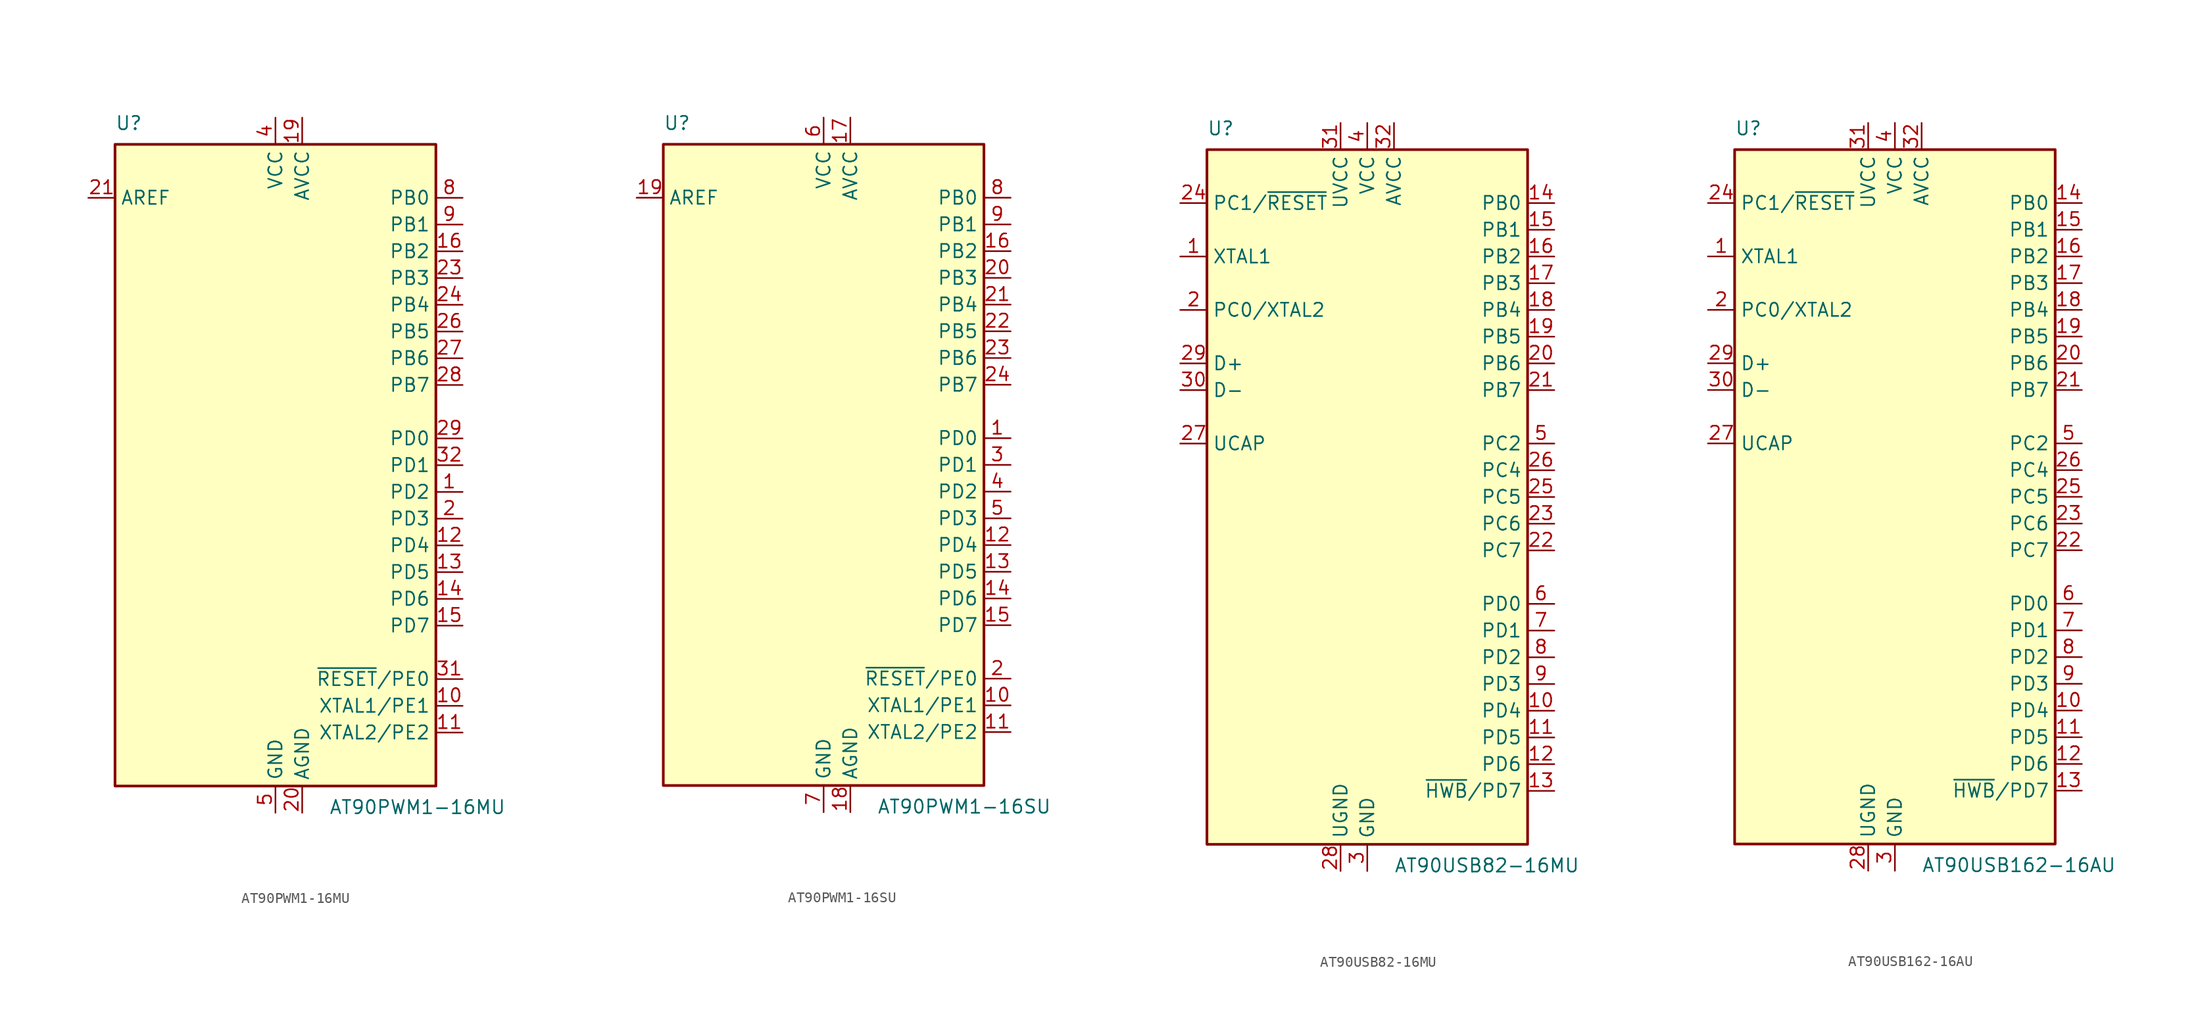
<source format=kicad_sym>
(kicad_symbol_lib
  (version 20211014)
  (generator kicad_symbol_editor)
  (symbol "AT90PWM1-16MU"
    (property "Reference" "U"
      (at -15.24 31.75 0)
      (effects (font (size 1.27 1.27)) (justify left bottom)))
    (property "Value" "AT90PWM1-16MU"
      (at 5.08 -31.75 0)
      (effects (font (size 1.27 1.27)) (justify left top)))
    (symbol "AT90PWM1-16MU_0_1"
      (rectangle (start -15.24 -30.48) (end 15.24 30.48) (stroke (width 0.254) (type default) (color 0 0 0 0)) (fill (type background))))
    (symbol "AT90PWM1-16MU_1_1"
      (pin bidirectional line (at 17.78 -2.54 180) (length 2.54) (name "PD2" (effects (font (size 1.27 1.27)))) (number "1" (effects (font (size 1.27 1.27)))))
      (pin bidirectional line (at 17.78 -22.86 180) (length 2.54) (name "XTAL1/PE1" (effects (font (size 1.27 1.27)))) (number "10" (effects (font (size 1.27 1.27)))))
      (pin bidirectional line (at 17.78 -25.4 180) (length 2.54) (name "XTAL2/PE2" (effects (font (size 1.27 1.27)))) (number "11" (effects (font (size 1.27 1.27)))))
      (pin bidirectional line (at 17.78 -7.62 180) (length 2.54) (name "PD4" (effects (font (size 1.27 1.27)))) (number "12" (effects (font (size 1.27 1.27)))))
      (pin bidirectional line (at 17.78 -10.16 180) (length 2.54) (name "PD5" (effects (font (size 1.27 1.27)))) (number "13" (effects (font (size 1.27 1.27)))))
      (pin bidirectional line (at 17.78 -12.7 180) (length 2.54) (name "PD6" (effects (font (size 1.27 1.27)))) (number "14" (effects (font (size 1.27 1.27)))))
      (pin bidirectional line (at 17.78 -15.24 180) (length 2.54) (name "PD7" (effects (font (size 1.27 1.27)))) (number "15" (effects (font (size 1.27 1.27)))))
      (pin bidirectional line (at 17.78 20.32 180) (length 2.54) (name "PB2" (effects (font (size 1.27 1.27)))) (number "16" (effects (font (size 1.27 1.27)))))
      (pin no_connect line (at -15.24 -17.78 0) (length 2.54) hide (name "NC" (effects (font (size 1.27 1.27)))) (number "17" (effects (font (size 1.27 1.27)))))
      (pin no_connect line (at -15.24 -20.32 0) (length 2.54) hide (name "NC" (effects (font (size 1.27 1.27)))) (number "18" (effects (font (size 1.27 1.27)))))
      (pin power_in line (at 2.54 33.02 270) (length 2.54) (name "AVCC" (effects (font (size 1.27 1.27)))) (number "19" (effects (font (size 1.27 1.27)))))
      (pin bidirectional line (at 17.78 -5.08 180) (length 2.54) (name "PD3" (effects (font (size 1.27 1.27)))) (number "2" (effects (font (size 1.27 1.27)))))
      (pin power_in line (at 2.54 -33.02 90) (length 2.54) (name "AGND" (effects (font (size 1.27 1.27)))) (number "20" (effects (font (size 1.27 1.27)))))
      (pin passive line (at -17.78 25.4 0) (length 2.54) (name "AREF" (effects (font (size 1.27 1.27)))) (number "21" (effects (font (size 1.27 1.27)))))
      (pin no_connect line (at -15.24 -22.86 0) (length 2.54) hide (name "NC" (effects (font (size 1.27 1.27)))) (number "22" (effects (font (size 1.27 1.27)))))
      (pin bidirectional line (at 17.78 17.78 180) (length 2.54) (name "PB3" (effects (font (size 1.27 1.27)))) (number "23" (effects (font (size 1.27 1.27)))))
      (pin bidirectional line (at 17.78 15.24 180) (length 2.54) (name "PB4" (effects (font (size 1.27 1.27)))) (number "24" (effects (font (size 1.27 1.27)))))
      (pin no_connect line (at -15.24 -25.4 0) (length 2.54) hide (name "NC" (effects (font (size 1.27 1.27)))) (number "25" (effects (font (size 1.27 1.27)))))
      (pin bidirectional line (at 17.78 12.7 180) (length 2.54) (name "PB5" (effects (font (size 1.27 1.27)))) (number "26" (effects (font (size 1.27 1.27)))))
      (pin bidirectional line (at 17.78 10.16 180) (length 2.54) (name "PB6" (effects (font (size 1.27 1.27)))) (number "27" (effects (font (size 1.27 1.27)))))
      (pin bidirectional line (at 17.78 7.62 180) (length 2.54) (name "PB7" (effects (font (size 1.27 1.27)))) (number "28" (effects (font (size 1.27 1.27)))))
      (pin bidirectional line (at 17.78 2.54 180) (length 2.54) (name "PD0" (effects (font (size 1.27 1.27)))) (number "29" (effects (font (size 1.27 1.27)))))
      (pin no_connect line (at -15.24 -10.16 0) (length 2.54) hide (name "NC" (effects (font (size 1.27 1.27)))) (number "3" (effects (font (size 1.27 1.27)))))
      (pin no_connect line (at -15.24 -27.94 0) (length 2.54) hide (name "NC" (effects (font (size 1.27 1.27)))) (number "30" (effects (font (size 1.27 1.27)))))
      (pin bidirectional line (at 17.78 -20.32 180) (length 2.54) (name "~{RESET}/PE0" (effects (font (size 1.27 1.27)))) (number "31" (effects (font (size 1.27 1.27)))))
      (pin bidirectional line (at 17.78 0 180) (length 2.54) (name "PD1" (effects (font (size 1.27 1.27)))) (number "32" (effects (font (size 1.27 1.27)))))
      (pin passive line (at 0 -33.02 90) (length 2.54) hide (name "GND" (effects (font (size 1.27 1.27)))) (number "33" (effects (font (size 1.27 1.27)))))
      (pin power_in line (at 0 33.02 270) (length 2.54) (name "VCC" (effects (font (size 1.27 1.27)))) (number "4" (effects (font (size 1.27 1.27)))))
      (pin power_in line (at 0 -33.02 90) (length 2.54) (name "GND" (effects (font (size 1.27 1.27)))) (number "5" (effects (font (size 1.27 1.27)))))
      (pin no_connect line (at -15.24 -12.7 0) (length 2.54) hide (name "NC" (effects (font (size 1.27 1.27)))) (number "6" (effects (font (size 1.27 1.27)))))
      (pin no_connect line (at -15.24 -15.24 0) (length 2.54) hide (name "NC" (effects (font (size 1.27 1.27)))) (number "7" (effects (font (size 1.27 1.27)))))
      (pin bidirectional line (at 17.78 25.4 180) (length 2.54) (name "PB0" (effects (font (size 1.27 1.27)))) (number "8" (effects (font (size 1.27 1.27)))))
      (pin bidirectional line (at 17.78 22.86 180) (length 2.54) (name "PB1" (effects (font (size 1.27 1.27)))) (number "9" (effects (font (size 1.27 1.27)))))))
  (symbol "AT90PWM1-16SU"
    (property "Reference" "U"
      (at -15.24 31.75 0)
      (effects (font (size 1.27 1.27)) (justify left bottom)))
    (property "Value" "AT90PWM1-16SU"
      (at 5.08 -31.75 0)
      (effects (font (size 1.27 1.27)) (justify left top)))
    (symbol "AT90PWM1-16SU_0_1"
      (rectangle (start -15.24 -30.48) (end 15.24 30.48) (stroke (width 0.254) (type default) (color 0 0 0 0)) (fill (type background))))
    (symbol "AT90PWM1-16SU_1_1"
      (pin bidirectional line (at 17.78 2.54 180) (length 2.54) (name "PD0" (effects (font (size 1.27 1.27)))) (number "1" (effects (font (size 1.27 1.27)))))
      (pin bidirectional line (at 17.78 -22.86 180) (length 2.54) (name "XTAL1/PE1" (effects (font (size 1.27 1.27)))) (number "10" (effects (font (size 1.27 1.27)))))
      (pin bidirectional line (at 17.78 -25.4 180) (length 2.54) (name "XTAL2/PE2" (effects (font (size 1.27 1.27)))) (number "11" (effects (font (size 1.27 1.27)))))
      (pin bidirectional line (at 17.78 -7.62 180) (length 2.54) (name "PD4" (effects (font (size 1.27 1.27)))) (number "12" (effects (font (size 1.27 1.27)))))
      (pin bidirectional line (at 17.78 -10.16 180) (length 2.54) (name "PD5" (effects (font (size 1.27 1.27)))) (number "13" (effects (font (size 1.27 1.27)))))
      (pin bidirectional line (at 17.78 -12.7 180) (length 2.54) (name "PD6" (effects (font (size 1.27 1.27)))) (number "14" (effects (font (size 1.27 1.27)))))
      (pin bidirectional line (at 17.78 -15.24 180) (length 2.54) (name "PD7" (effects (font (size 1.27 1.27)))) (number "15" (effects (font (size 1.27 1.27)))))
      (pin bidirectional line (at 17.78 20.32 180) (length 2.54) (name "PB2" (effects (font (size 1.27 1.27)))) (number "16" (effects (font (size 1.27 1.27)))))
      (pin power_in line (at 2.54 33.02 270) (length 2.54) (name "AVCC" (effects (font (size 1.27 1.27)))) (number "17" (effects (font (size 1.27 1.27)))))
      (pin power_in line (at 2.54 -33.02 90) (length 2.54) (name "AGND" (effects (font (size 1.27 1.27)))) (number "18" (effects (font (size 1.27 1.27)))))
      (pin passive line (at -17.78 25.4 0) (length 2.54) (name "AREF" (effects (font (size 1.27 1.27)))) (number "19" (effects (font (size 1.27 1.27)))))
      (pin bidirectional line (at 17.78 -20.32 180) (length 2.54) (name "~{RESET}/PE0" (effects (font (size 1.27 1.27)))) (number "2" (effects (font (size 1.27 1.27)))))
      (pin bidirectional line (at 17.78 17.78 180) (length 2.54) (name "PB3" (effects (font (size 1.27 1.27)))) (number "20" (effects (font (size 1.27 1.27)))))
      (pin bidirectional line (at 17.78 15.24 180) (length 2.54) (name "PB4" (effects (font (size 1.27 1.27)))) (number "21" (effects (font (size 1.27 1.27)))))
      (pin bidirectional line (at 17.78 12.7 180) (length 2.54) (name "PB5" (effects (font (size 1.27 1.27)))) (number "22" (effects (font (size 1.27 1.27)))))
      (pin bidirectional line (at 17.78 10.16 180) (length 2.54) (name "PB6" (effects (font (size 1.27 1.27)))) (number "23" (effects (font (size 1.27 1.27)))))
      (pin bidirectional line (at 17.78 7.62 180) (length 2.54) (name "PB7" (effects (font (size 1.27 1.27)))) (number "24" (effects (font (size 1.27 1.27)))))
      (pin bidirectional line (at 17.78 0 180) (length 2.54) (name "PD1" (effects (font (size 1.27 1.27)))) (number "3" (effects (font (size 1.27 1.27)))))
      (pin bidirectional line (at 17.78 -2.54 180) (length 2.54) (name "PD2" (effects (font (size 1.27 1.27)))) (number "4" (effects (font (size 1.27 1.27)))))
      (pin bidirectional line (at 17.78 -5.08 180) (length 2.54) (name "PD3" (effects (font (size 1.27 1.27)))) (number "5" (effects (font (size 1.27 1.27)))))
      (pin power_in line (at 0 33.02 270) (length 2.54) (name "VCC" (effects (font (size 1.27 1.27)))) (number "6" (effects (font (size 1.27 1.27)))))
      (pin power_in line (at 0 -33.02 90) (length 2.54) (name "GND" (effects (font (size 1.27 1.27)))) (number "7" (effects (font (size 1.27 1.27)))))
      (pin bidirectional line (at 17.78 25.4 180) (length 2.54) (name "PB0" (effects (font (size 1.27 1.27)))) (number "8" (effects (font (size 1.27 1.27)))))
      (pin bidirectional line (at 17.78 22.86 180) (length 2.54) (name "PB1" (effects (font (size 1.27 1.27)))) (number "9" (effects (font (size 1.27 1.27)))))))
  (symbol "AT90USB82-16MU"
    (property "Reference" "U"
      (at -15.24 34.29 0)
      (effects (font (size 1.27 1.27)) (justify left bottom)))
    (property "Value" "AT90USB82-16MU"
      (at 2.54 -34.29 0)
      (effects (font (size 1.27 1.27)) (justify left top)))
    (symbol "AT90USB82-16MU_0_1"
      (rectangle (start -15.24 -33.02) (end 15.24 33.02) (stroke (width 0.254) (type default) (color 0 0 0 0)) (fill (type background))))
    (symbol "AT90USB82-16MU_1_1"
      (pin input line (at -17.78 22.86 0) (length 2.54) (name "XTAL1" (effects (font (size 1.27 1.27)))) (number "1" (effects (font (size 1.27 1.27)))))
      (pin bidirectional line (at 17.78 -20.32 180) (length 2.54) (name "PD4" (effects (font (size 1.27 1.27)))) (number "10" (effects (font (size 1.27 1.27)))))
      (pin bidirectional line (at 17.78 -22.86 180) (length 2.54) (name "PD5" (effects (font (size 1.27 1.27)))) (number "11" (effects (font (size 1.27 1.27)))))
      (pin bidirectional line (at 17.78 -25.4 180) (length 2.54) (name "PD6" (effects (font (size 1.27 1.27)))) (number "12" (effects (font (size 1.27 1.27)))))
      (pin bidirectional line (at 17.78 -27.94 180) (length 2.54) (name "~{HWB}/PD7" (effects (font (size 1.27 1.27)))) (number "13" (effects (font (size 1.27 1.27)))))
      (pin bidirectional line (at 17.78 27.94 180) (length 2.54) (name "PB0" (effects (font (size 1.27 1.27)))) (number "14" (effects (font (size 1.27 1.27)))))
      (pin bidirectional line (at 17.78 25.4 180) (length 2.54) (name "PB1" (effects (font (size 1.27 1.27)))) (number "15" (effects (font (size 1.27 1.27)))))
      (pin bidirectional line (at 17.78 22.86 180) (length 2.54) (name "PB2" (effects (font (size 1.27 1.27)))) (number "16" (effects (font (size 1.27 1.27)))))
      (pin bidirectional line (at 17.78 20.32 180) (length 2.54) (name "PB3" (effects (font (size 1.27 1.27)))) (number "17" (effects (font (size 1.27 1.27)))))
      (pin bidirectional line (at 17.78 17.78 180) (length 2.54) (name "PB4" (effects (font (size 1.27 1.27)))) (number "18" (effects (font (size 1.27 1.27)))))
      (pin bidirectional line (at 17.78 15.24 180) (length 2.54) (name "PB5" (effects (font (size 1.27 1.27)))) (number "19" (effects (font (size 1.27 1.27)))))
      (pin bidirectional line (at -17.78 17.78 0) (length 2.54) (name "PC0/XTAL2" (effects (font (size 1.27 1.27)))) (number "2" (effects (font (size 1.27 1.27)))))
      (pin bidirectional line (at 17.78 12.7 180) (length 2.54) (name "PB6" (effects (font (size 1.27 1.27)))) (number "20" (effects (font (size 1.27 1.27)))))
      (pin bidirectional line (at 17.78 10.16 180) (length 2.54) (name "PB7" (effects (font (size 1.27 1.27)))) (number "21" (effects (font (size 1.27 1.27)))))
      (pin bidirectional line (at 17.78 -5.08 180) (length 2.54) (name "PC7" (effects (font (size 1.27 1.27)))) (number "22" (effects (font (size 1.27 1.27)))))
      (pin bidirectional line (at 17.78 -2.54 180) (length 2.54) (name "PC6" (effects (font (size 1.27 1.27)))) (number "23" (effects (font (size 1.27 1.27)))))
      (pin bidirectional line (at -17.78 27.94 0) (length 2.54) (name "PC1/~{RESET}" (effects (font (size 1.27 1.27)))) (number "24" (effects (font (size 1.27 1.27)))))
      (pin bidirectional line (at 17.78 0 180) (length 2.54) (name "PC5" (effects (font (size 1.27 1.27)))) (number "25" (effects (font (size 1.27 1.27)))))
      (pin bidirectional line (at 17.78 2.54 180) (length 2.54) (name "PC4" (effects (font (size 1.27 1.27)))) (number "26" (effects (font (size 1.27 1.27)))))
      (pin passive line (at -17.78 5.08 0) (length 2.54) (name "UCAP" (effects (font (size 1.27 1.27)))) (number "27" (effects (font (size 1.27 1.27)))))
      (pin power_in line (at -2.54 -35.56 90) (length 2.54) (name "UGND" (effects (font (size 1.27 1.27)))) (number "28" (effects (font (size 1.27 1.27)))))
      (pin bidirectional line (at -17.78 12.7 0) (length 2.54) (name "D+" (effects (font (size 1.27 1.27)))) (number "29" (effects (font (size 1.27 1.27)))))
      (pin power_in line (at 0 -35.56 90) (length 2.54) (name "GND" (effects (font (size 1.27 1.27)))) (number "3" (effects (font (size 1.27 1.27)))))
      (pin bidirectional line (at -17.78 10.16 0) (length 2.54) (name "D-" (effects (font (size 1.27 1.27)))) (number "30" (effects (font (size 1.27 1.27)))))
      (pin power_in line (at -2.54 35.56 270) (length 2.54) (name "UVCC" (effects (font (size 1.27 1.27)))) (number "31" (effects (font (size 1.27 1.27)))))
      (pin power_in line (at 2.54 35.56 270) (length 2.54) (name "AVCC" (effects (font (size 1.27 1.27)))) (number "32" (effects (font (size 1.27 1.27)))))
      (pin passive line (at 0 -35.56 90) (length 2.54) hide (name "GND" (effects (font (size 1.27 1.27)))) (number "33" (effects (font (size 1.27 1.27)))))
      (pin power_in line (at 0 35.56 270) (length 2.54) (name "VCC" (effects (font (size 1.27 1.27)))) (number "4" (effects (font (size 1.27 1.27)))))
      (pin bidirectional line (at 17.78 5.08 180) (length 2.54) (name "PC2" (effects (font (size 1.27 1.27)))) (number "5" (effects (font (size 1.27 1.27)))))
      (pin bidirectional line (at 17.78 -10.16 180) (length 2.54) (name "PD0" (effects (font (size 1.27 1.27)))) (number "6" (effects (font (size 1.27 1.27)))))
      (pin bidirectional line (at 17.78 -12.7 180) (length 2.54) (name "PD1" (effects (font (size 1.27 1.27)))) (number "7" (effects (font (size 1.27 1.27)))))
      (pin bidirectional line (at 17.78 -15.24 180) (length 2.54) (name "PD2" (effects (font (size 1.27 1.27)))) (number "8" (effects (font (size 1.27 1.27)))))
      (pin bidirectional line (at 17.78 -17.78 180) (length 2.54) (name "PD3" (effects (font (size 1.27 1.27)))) (number "9" (effects (font (size 1.27 1.27)))))))
  (symbol "AT90USB162-16AU"
    (property "Reference" "U"
      (at -15.24 34.29 0)
      (effects (font (size 1.27 1.27)) (justify left bottom)))
    (property "Value" "AT90USB162-16AU"
      (at 2.54 -34.29 0)
      (effects (font (size 1.27 1.27)) (justify left top)))
    (symbol "AT90USB162-16AU_0_1"
      (rectangle (start -15.24 -33.02) (end 15.24 33.02) (stroke (width 0.254) (type default) (color 0 0 0 0)) (fill (type background))))
    (symbol "AT90USB162-16AU_1_1"
      (pin input line (at -17.78 22.86 0) (length 2.54) (name "XTAL1" (effects (font (size 1.27 1.27)))) (number "1" (effects (font (size 1.27 1.27)))))
      (pin bidirectional line (at 17.78 -20.32 180) (length 2.54) (name "PD4" (effects (font (size 1.27 1.27)))) (number "10" (effects (font (size 1.27 1.27)))))
      (pin bidirectional line (at 17.78 -22.86 180) (length 2.54) (name "PD5" (effects (font (size 1.27 1.27)))) (number "11" (effects (font (size 1.27 1.27)))))
      (pin bidirectional line (at 17.78 -25.4 180) (length 2.54) (name "PD6" (effects (font (size 1.27 1.27)))) (number "12" (effects (font (size 1.27 1.27)))))
      (pin bidirectional line (at 17.78 -27.94 180) (length 2.54) (name "~{HWB}/PD7" (effects (font (size 1.27 1.27)))) (number "13" (effects (font (size 1.27 1.27)))))
      (pin bidirectional line (at 17.78 27.94 180) (length 2.54) (name "PB0" (effects (font (size 1.27 1.27)))) (number "14" (effects (font (size 1.27 1.27)))))
      (pin bidirectional line (at 17.78 25.4 180) (length 2.54) (name "PB1" (effects (font (size 1.27 1.27)))) (number "15" (effects (font (size 1.27 1.27)))))
      (pin bidirectional line (at 17.78 22.86 180) (length 2.54) (name "PB2" (effects (font (size 1.27 1.27)))) (number "16" (effects (font (size 1.27 1.27)))))
      (pin bidirectional line (at 17.78 20.32 180) (length 2.54) (name "PB3" (effects (font (size 1.27 1.27)))) (number "17" (effects (font (size 1.27 1.27)))))
      (pin bidirectional line (at 17.78 17.78 180) (length 2.54) (name "PB4" (effects (font (size 1.27 1.27)))) (number "18" (effects (font (size 1.27 1.27)))))
      (pin bidirectional line (at 17.78 15.24 180) (length 2.54) (name "PB5" (effects (font (size 1.27 1.27)))) (number "19" (effects (font (size 1.27 1.27)))))
      (pin bidirectional line (at -17.78 17.78 0) (length 2.54) (name "PC0/XTAL2" (effects (font (size 1.27 1.27)))) (number "2" (effects (font (size 1.27 1.27)))))
      (pin bidirectional line (at 17.78 12.7 180) (length 2.54) (name "PB6" (effects (font (size 1.27 1.27)))) (number "20" (effects (font (size 1.27 1.27)))))
      (pin bidirectional line (at 17.78 10.16 180) (length 2.54) (name "PB7" (effects (font (size 1.27 1.27)))) (number "21" (effects (font (size 1.27 1.27)))))
      (pin bidirectional line (at 17.78 -5.08 180) (length 2.54) (name "PC7" (effects (font (size 1.27 1.27)))) (number "22" (effects (font (size 1.27 1.27)))))
      (pin bidirectional line (at 17.78 -2.54 180) (length 2.54) (name "PC6" (effects (font (size 1.27 1.27)))) (number "23" (effects (font (size 1.27 1.27)))))
      (pin bidirectional line (at -17.78 27.94 0) (length 2.54) (name "PC1/~{RESET}" (effects (font (size 1.27 1.27)))) (number "24" (effects (font (size 1.27 1.27)))))
      (pin bidirectional line (at 17.78 0 180) (length 2.54) (name "PC5" (effects (font (size 1.27 1.27)))) (number "25" (effects (font (size 1.27 1.27)))))
      (pin bidirectional line (at 17.78 2.54 180) (length 2.54) (name "PC4" (effects (font (size 1.27 1.27)))) (number "26" (effects (font (size 1.27 1.27)))))
      (pin passive line (at -17.78 5.08 0) (length 2.54) (name "UCAP" (effects (font (size 1.27 1.27)))) (number "27" (effects (font (size 1.27 1.27)))))
      (pin power_in line (at -2.54 -35.56 90) (length 2.54) (name "UGND" (effects (font (size 1.27 1.27)))) (number "28" (effects (font (size 1.27 1.27)))))
      (pin bidirectional line (at -17.78 12.7 0) (length 2.54) (name "D+" (effects (font (size 1.27 1.27)))) (number "29" (effects (font (size 1.27 1.27)))))
      (pin power_in line (at 0 -35.56 90) (length 2.54) (name "GND" (effects (font (size 1.27 1.27)))) (number "3" (effects (font (size 1.27 1.27)))))
      (pin bidirectional line (at -17.78 10.16 0) (length 2.54) (name "D-" (effects (font (size 1.27 1.27)))) (number "30" (effects (font (size 1.27 1.27)))))
      (pin power_in line (at -2.54 35.56 270) (length 2.54) (name "UVCC" (effects (font (size 1.27 1.27)))) (number "31" (effects (font (size 1.27 1.27)))))
      (pin power_in line (at 2.54 35.56 270) (length 2.54) (name "AVCC" (effects (font (size 1.27 1.27)))) (number "32" (effects (font (size 1.27 1.27)))))
      (pin power_in line (at 0 35.56 270) (length 2.54) (name "VCC" (effects (font (size 1.27 1.27)))) (number "4" (effects (font (size 1.27 1.27)))))
      (pin bidirectional line (at 17.78 5.08 180) (length 2.54) (name "PC2" (effects (font (size 1.27 1.27)))) (number "5" (effects (font (size 1.27 1.27)))))
      (pin bidirectional line (at 17.78 -10.16 180) (length 2.54) (name "PD0" (effects (font (size 1.27 1.27)))) (number "6" (effects (font (size 1.27 1.27)))))
      (pin bidirectional line (at 17.78 -12.7 180) (length 2.54) (name "PD1" (effects (font (size 1.27 1.27)))) (number "7" (effects (font (size 1.27 1.27)))))
      (pin bidirectional line (at 17.78 -15.24 180) (length 2.54) (name "PD2" (effects (font (size 1.27 1.27)))) (number "8" (effects (font (size 1.27 1.27)))))
      (pin bidirectional line (at 17.78 -17.78 180) (length 2.54) (name "PD3" (effects (font (size 1.27 1.27)))) (number "9" (effects (font (size 1.27 1.27))))))))
</source>
